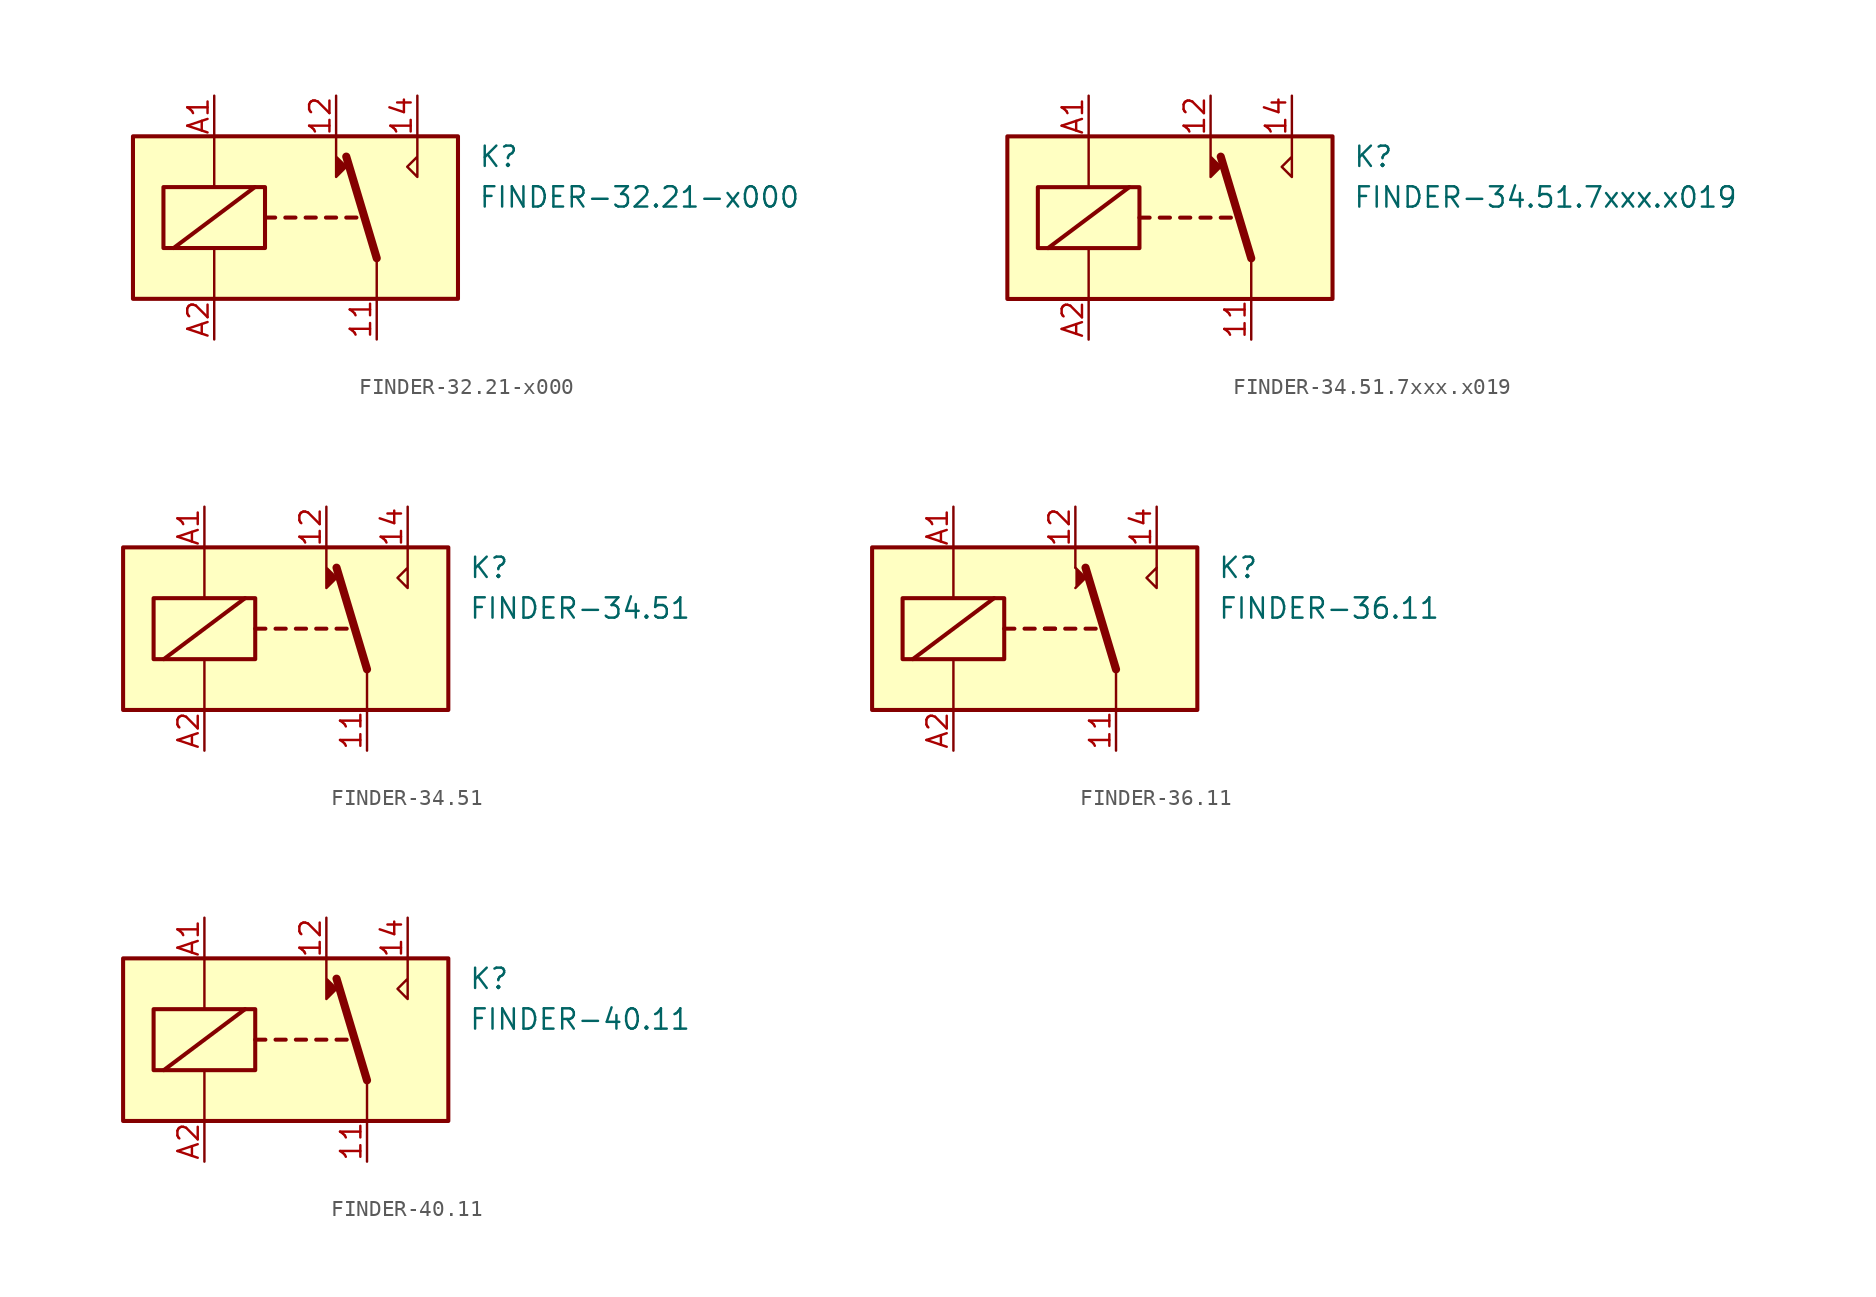
<source format=kicad_sym>
(kicad_symbol_lib
  (version 20201005)
  (generator kicad_symbol_editor)
  (symbol "Relay:FINDER-32.21-x000"
    (property "Reference" "K"
      (at 11.43 3.81 0)
      (effects (font (size 1.27 1.27)) (justify left)))
    (property "Value" "FINDER-32.21-x000"
      (at 11.43 1.27 0)
      (effects (font (size 1.27 1.27)) (justify left)))
    (symbol "FINDER-32.21-x000_0_0"
      (polyline (pts (xy 2.54 5.08) (xy 2.54 2.54) (xy 3.175 3.175) (xy 2.54 3.81)) (stroke (width 0)) (fill (type outline)))
      (polyline (pts (xy 7.62 5.08) (xy 7.62 2.54) (xy 6.985 3.175) (xy 7.62 3.81)) (stroke (width 0)) (fill (type none))))
    (symbol "FINDER-32.21-x000_0_1"
      (rectangle (start -10.16 5.08) (end 10.16 -5.08) (stroke (width 0.254)) (fill (type background)))
      (rectangle (start -8.255 1.905) (end -1.905 -1.905) (stroke (width 0.254)) (fill (type none)))
      (polyline (pts (xy -7.62 -1.905) (xy -2.54 1.905)) (stroke (width 0.254)) (fill (type none)))
      (polyline (pts (xy -5.08 -5.08) (xy -5.08 -1.905)) (stroke (width 0)) (fill (type none)))
      (polyline (pts (xy -5.08 5.08) (xy -5.08 1.905)) (stroke (width 0)) (fill (type none)))
      (polyline (pts (xy -1.905 0) (xy -1.27 0)) (stroke (width 0.254)) (fill (type none)))
      (polyline (pts (xy -0.635 0) (xy 0 0)) (stroke (width 0.254)) (fill (type none)))
      (polyline (pts (xy 0.635 0) (xy 1.27 0)) (stroke (width 0.254)) (fill (type none)))
      (polyline (pts (xy 1.905 0) (xy 2.54 0)) (stroke (width 0.254)) (fill (type none)))
      (polyline (pts (xy 3.175 0) (xy 3.81 0)) (stroke (width 0.254)) (fill (type none)))
      (polyline (pts (xy 5.08 -2.54) (xy 3.175 3.81)) (stroke (width 0.508)) (fill (type none)))
      (polyline (pts (xy 5.08 -2.54) (xy 5.08 -5.08)) (stroke (width 0)) (fill (type none))))
    (symbol "FINDER-32.21-x000_1_1"
      (pin passive line (at 5.08 -7.62 90) (length 2.54) (name "~" (effects (font (size 1.27 1.27)))) (number "11" (effects (font (size 1.27 1.27)))))
      (pin passive line (at 2.54 7.62 270) (length 2.54) (name "~" (effects (font (size 1.27 1.27)))) (number "12" (effects (font (size 1.27 1.27)))))
      (pin passive line (at 7.62 7.62 270) (length 2.54) (name "~" (effects (font (size 1.27 1.27)))) (number "14" (effects (font (size 1.27 1.27)))))
      (pin passive line (at -5.08 7.62 270) (length 2.54) (name "~" (effects (font (size 1.27 1.27)))) (number "A1" (effects (font (size 1.27 1.27)))))
      (pin passive line (at -5.08 -7.62 90) (length 2.54) (name "~" (effects (font (size 1.27 1.27)))) (number "A2" (effects (font (size 1.27 1.27)))))))
  (symbol "Relay:FINDER-34.51.7xxx.x019"
    (property "Reference" "K"
      (at 11.43 3.81 0)
      (effects (font (size 1.27 1.27)) (justify left)))
    (property "Value" "FINDER-34.51.7xxx.x019"
      (at 11.43 1.27 0)
      (effects (font (size 1.27 1.27)) (justify left)))
    (symbol "FINDER-34.51.7xxx.x019_0_0"
      (polyline (pts (xy 7.62 5.08) (xy 7.62 2.54) (xy 6.985 3.175) (xy 7.62 3.81)) (stroke (width 0)) (fill (type none))))
    (symbol "FINDER-34.51.7xxx.x019_0_1"
      (rectangle (start -10.16 5.08) (end 10.16 -5.08) (stroke (width 0.254)) (fill (type background)))
      (rectangle (start -8.255 1.905) (end -1.905 -1.905) (stroke (width 0.254)) (fill (type none)))
      (polyline (pts (xy -7.62 -1.905) (xy -2.54 1.905)) (stroke (width 0.254)) (fill (type none)))
      (polyline (pts (xy -5.08 -5.08) (xy -5.08 -1.905)) (stroke (width 0)) (fill (type none)))
      (polyline (pts (xy -5.08 5.08) (xy -5.08 1.905)) (stroke (width 0)) (fill (type none)))
      (polyline (pts (xy -1.905 0) (xy -1.27 0)) (stroke (width 0.254)) (fill (type none)))
      (polyline (pts (xy -0.635 0) (xy 0 0)) (stroke (width 0.254)) (fill (type none)))
      (polyline (pts (xy 0.635 0) (xy 1.27 0)) (stroke (width 0.254)) (fill (type none)))
      (polyline (pts (xy 1.905 0) (xy 2.54 0)) (stroke (width 0.254)) (fill (type none)))
      (polyline (pts (xy 3.175 0) (xy 3.81 0)) (stroke (width 0.254)) (fill (type none)))
      (polyline (pts (xy 5.08 -2.54) (xy 3.175 3.81)) (stroke (width 0.508)) (fill (type none)))
      (polyline (pts (xy 5.08 -2.54) (xy 5.08 -5.08)) (stroke (width 0)) (fill (type none)))
      (polyline (pts (xy 2.54 5.08) (xy 2.54 2.54) (xy 3.175 3.175) (xy 2.54 3.81)) (stroke (width 0)) (fill (type outline))))
    (symbol "FINDER-34.51.7xxx.x019_1_1"
      (pin passive line (at 5.08 -7.62 90) (length 2.54) (name "~" (effects (font (size 1.27 1.27)))) (number "11" (effects (font (size 1.27 1.27)))))
      (pin passive line (at 2.54 7.62 270) (length 2.54) (name "~" (effects (font (size 1.27 1.27)))) (number "12" (effects (font (size 1.27 1.27)))))
      (pin passive line (at 7.62 7.62 270) (length 2.54) (name "~" (effects (font (size 1.27 1.27)))) (number "14" (effects (font (size 1.27 1.27)))))
      (pin passive line (at -5.08 7.62 270) (length 2.54) (name "~" (effects (font (size 1.27 1.27)))) (number "A1" (effects (font (size 1.27 1.27)))))
      (pin passive line (at -5.08 -7.62 90) (length 2.54) (name "~" (effects (font (size 1.27 1.27)))) (number "A2" (effects (font (size 1.27 1.27)))))))
  (symbol "Relay:FINDER-34.51"
    (property "Reference" "K"
      (at 11.43 3.81 0)
      (effects (font (size 1.27 1.27)) (justify left)))
    (property "Value" "FINDER-34.51"
      (at 11.43 1.27 0)
      (effects (font (size 1.27 1.27)) (justify left)))
    (symbol "FINDER-34.51_0_0"
      (polyline (pts (xy 7.62 5.08) (xy 7.62 2.54) (xy 6.985 3.175) (xy 7.62 3.81)) (stroke (width 0)) (fill (type none))))
    (symbol "FINDER-34.51_0_1"
      (rectangle (start -10.16 5.08) (end 10.16 -5.08) (stroke (width 0.254)) (fill (type background)))
      (rectangle (start -8.255 1.905) (end -1.905 -1.905) (stroke (width 0.254)) (fill (type none)))
      (polyline (pts (xy -7.62 -1.905) (xy -2.54 1.905)) (stroke (width 0.254)) (fill (type none)))
      (polyline (pts (xy -5.08 -5.08) (xy -5.08 -1.905)) (stroke (width 0)) (fill (type none)))
      (polyline (pts (xy -5.08 5.08) (xy -5.08 1.905)) (stroke (width 0)) (fill (type none)))
      (polyline (pts (xy -1.905 0) (xy -1.27 0)) (stroke (width 0.254)) (fill (type none)))
      (polyline (pts (xy -0.635 0) (xy 0 0)) (stroke (width 0.254)) (fill (type none)))
      (polyline (pts (xy 0.635 0) (xy 1.27 0)) (stroke (width 0.254)) (fill (type none)))
      (polyline (pts (xy 1.905 0) (xy 2.54 0)) (stroke (width 0.254)) (fill (type none)))
      (polyline (pts (xy 3.175 0) (xy 3.81 0)) (stroke (width 0.254)) (fill (type none)))
      (polyline (pts (xy 5.08 -2.54) (xy 3.175 3.81)) (stroke (width 0.508)) (fill (type none)))
      (polyline (pts (xy 5.08 -2.54) (xy 5.08 -5.08)) (stroke (width 0)) (fill (type none)))
      (polyline (pts (xy 2.54 5.08) (xy 2.54 2.54) (xy 3.175 3.175) (xy 2.54 3.81)) (stroke (width 0)) (fill (type outline))))
    (symbol "FINDER-34.51_1_1"
      (pin passive line (at 5.08 -7.62 90) (length 2.54) (name "~" (effects (font (size 1.27 1.27)))) (number "11" (effects (font (size 1.27 1.27)))))
      (pin passive line (at 2.54 7.62 270) (length 2.54) (name "~" (effects (font (size 1.27 1.27)))) (number "12" (effects (font (size 1.27 1.27)))))
      (pin passive line (at 7.62 7.62 270) (length 2.54) (name "~" (effects (font (size 1.27 1.27)))) (number "14" (effects (font (size 1.27 1.27)))))
      (pin passive line (at -5.08 7.62 270) (length 2.54) (name "~" (effects (font (size 1.27 1.27)))) (number "A1" (effects (font (size 1.27 1.27)))))
      (pin passive line (at -5.08 -7.62 90) (length 2.54) (name "~" (effects (font (size 1.27 1.27)))) (number "A2" (effects (font (size 1.27 1.27)))))))
  (symbol "Relay:FINDER-36.11"
    (property "Reference" "K"
      (at 11.43 3.81 0)
      (effects (font (size 1.27 1.27)) (justify left)))
    (property "Value" "FINDER-36.11"
      (at 11.43 1.27 0)
      (effects (font (size 1.27 1.27)) (justify left)))
    (symbol "FINDER-36.11_0_0"
      (polyline (pts (xy 2.54 3.81) (xy 2.54 5.08)) (stroke (width 0)) (fill (type none)))
      (polyline (pts (xy 7.62 3.81) (xy 7.62 5.08)) (stroke (width 0)) (fill (type none)))
      (polyline (pts (xy 7.62 3.81) (xy 7.62 2.54) (xy 6.985 3.175) (xy 7.62 3.81)) (stroke (width 0)) (fill (type none))))
    (symbol "FINDER-36.11_0_1"
      (rectangle (start -10.16 5.08) (end 10.16 -5.08) (stroke (width 0.254)) (fill (type background)))
      (rectangle (start -8.255 1.905) (end -1.905 -1.905) (stroke (width 0.254)) (fill (type none)))
      (polyline (pts (xy -7.62 -1.905) (xy -2.54 1.905)) (stroke (width 0.254)) (fill (type none)))
      (polyline (pts (xy -5.08 -5.08) (xy -5.08 -1.905)) (stroke (width 0)) (fill (type none)))
      (polyline (pts (xy -5.08 5.08) (xy -5.08 1.905)) (stroke (width 0)) (fill (type none)))
      (polyline (pts (xy -1.905 0) (xy -1.27 0)) (stroke (width 0.254)) (fill (type none)))
      (polyline (pts (xy -0.635 0) (xy 0 0)) (stroke (width 0.254)) (fill (type none)))
      (polyline (pts (xy 0.635 0) (xy 1.27 0)) (stroke (width 0.254)) (fill (type none)))
      (polyline (pts (xy 0.635 0) (xy 1.27 0)) (stroke (width 0.254)) (fill (type none)))
      (polyline (pts (xy 1.905 0) (xy 2.54 0)) (stroke (width 0.254)) (fill (type none)))
      (polyline (pts (xy 3.175 0) (xy 3.81 0)) (stroke (width 0.254)) (fill (type none)))
      (polyline (pts (xy 5.08 -2.54) (xy 3.175 3.81)) (stroke (width 0.508)) (fill (type none)))
      (polyline (pts (xy 5.08 -2.54) (xy 5.08 -5.08)) (stroke (width 0)) (fill (type none)))
      (polyline (pts (xy 2.54 2.54) (xy 3.175 3.175) (xy 2.54 3.81)) (stroke (width 0)) (fill (type outline))))
    (symbol "FINDER-36.11_1_1"
      (pin passive line (at 5.08 -7.62 90) (length 2.54) (name "~" (effects (font (size 1.27 1.27)))) (number "11" (effects (font (size 1.27 1.27)))))
      (pin passive line (at 2.54 7.62 270) (length 2.54) (name "~" (effects (font (size 1.27 1.27)))) (number "12" (effects (font (size 1.27 1.27)))))
      (pin passive line (at 7.62 7.62 270) (length 2.54) (name "~" (effects (font (size 1.27 1.27)))) (number "14" (effects (font (size 1.27 1.27)))))
      (pin passive line (at -5.08 7.62 270) (length 2.54) (name "~" (effects (font (size 1.27 1.27)))) (number "A1" (effects (font (size 1.27 1.27)))))
      (pin passive line (at -5.08 -7.62 90) (length 2.54) (name "~" (effects (font (size 1.27 1.27)))) (number "A2" (effects (font (size 1.27 1.27)))))))
  (symbol "Relay:FINDER-40.11"
    (property "Reference" "K"
      (at 11.43 3.81 0)
      (effects (font (size 1.27 1.27)) (justify left)))
    (property "Value" "FINDER-40.11"
      (at 11.43 1.27 0)
      (effects (font (size 1.27 1.27)) (justify left)))
    (symbol "FINDER-40.11_0_0"
      (polyline (pts (xy 7.62 5.08) (xy 7.62 2.54) (xy 6.985 3.175) (xy 7.62 3.81)) (stroke (width 0)) (fill (type none))))
    (symbol "FINDER-40.11_0_1"
      (rectangle (start -10.16 5.08) (end 10.16 -5.08) (stroke (width 0.254)) (fill (type background)))
      (rectangle (start -8.255 1.905) (end -1.905 -1.905) (stroke (width 0.254)) (fill (type none)))
      (polyline (pts (xy -7.62 -1.905) (xy -2.54 1.905)) (stroke (width 0.254)) (fill (type none)))
      (polyline (pts (xy -5.08 -5.08) (xy -5.08 -1.905)) (stroke (width 0)) (fill (type none)))
      (polyline (pts (xy -5.08 5.08) (xy -5.08 1.905)) (stroke (width 0)) (fill (type none)))
      (polyline (pts (xy -1.905 0) (xy -1.27 0)) (stroke (width 0.254)) (fill (type none)))
      (polyline (pts (xy -0.635 0) (xy 0 0)) (stroke (width 0.254)) (fill (type none)))
      (polyline (pts (xy 0.635 0) (xy 1.27 0)) (stroke (width 0.254)) (fill (type none)))
      (polyline (pts (xy 1.905 0) (xy 2.54 0)) (stroke (width 0.254)) (fill (type none)))
      (polyline (pts (xy 3.175 0) (xy 3.81 0)) (stroke (width 0.254)) (fill (type none)))
      (polyline (pts (xy 5.08 -2.54) (xy 3.175 3.81)) (stroke (width 0.508)) (fill (type none)))
      (polyline (pts (xy 5.08 -2.54) (xy 5.08 -5.08)) (stroke (width 0)) (fill (type none)))
      (polyline (pts (xy 2.54 5.08) (xy 2.54 2.54) (xy 3.175 3.175) (xy 2.54 3.81)) (stroke (width 0)) (fill (type outline))))
    (symbol "FINDER-40.11_1_1"
      (pin passive line (at 5.08 -7.62 90) (length 2.54) (name "~" (effects (font (size 1.27 1.27)))) (number "11" (effects (font (size 1.27 1.27)))))
      (pin passive line (at 2.54 7.62 270) (length 2.54) (name "~" (effects (font (size 1.27 1.27)))) (number "12" (effects (font (size 1.27 1.27)))))
      (pin passive line (at 7.62 7.62 270) (length 2.54) (name "~" (effects (font (size 1.27 1.27)))) (number "14" (effects (font (size 1.27 1.27)))))
      (pin passive line (at -5.08 7.62 270) (length 2.54) (name "~" (effects (font (size 1.27 1.27)))) (number "A1" (effects (font (size 1.27 1.27)))))
      (pin passive line (at -5.08 -7.62 90) (length 2.54) (name "~" (effects (font (size 1.27 1.27)))) (number "A2" (effects (font (size 1.27 1.27))))))))
</source>
